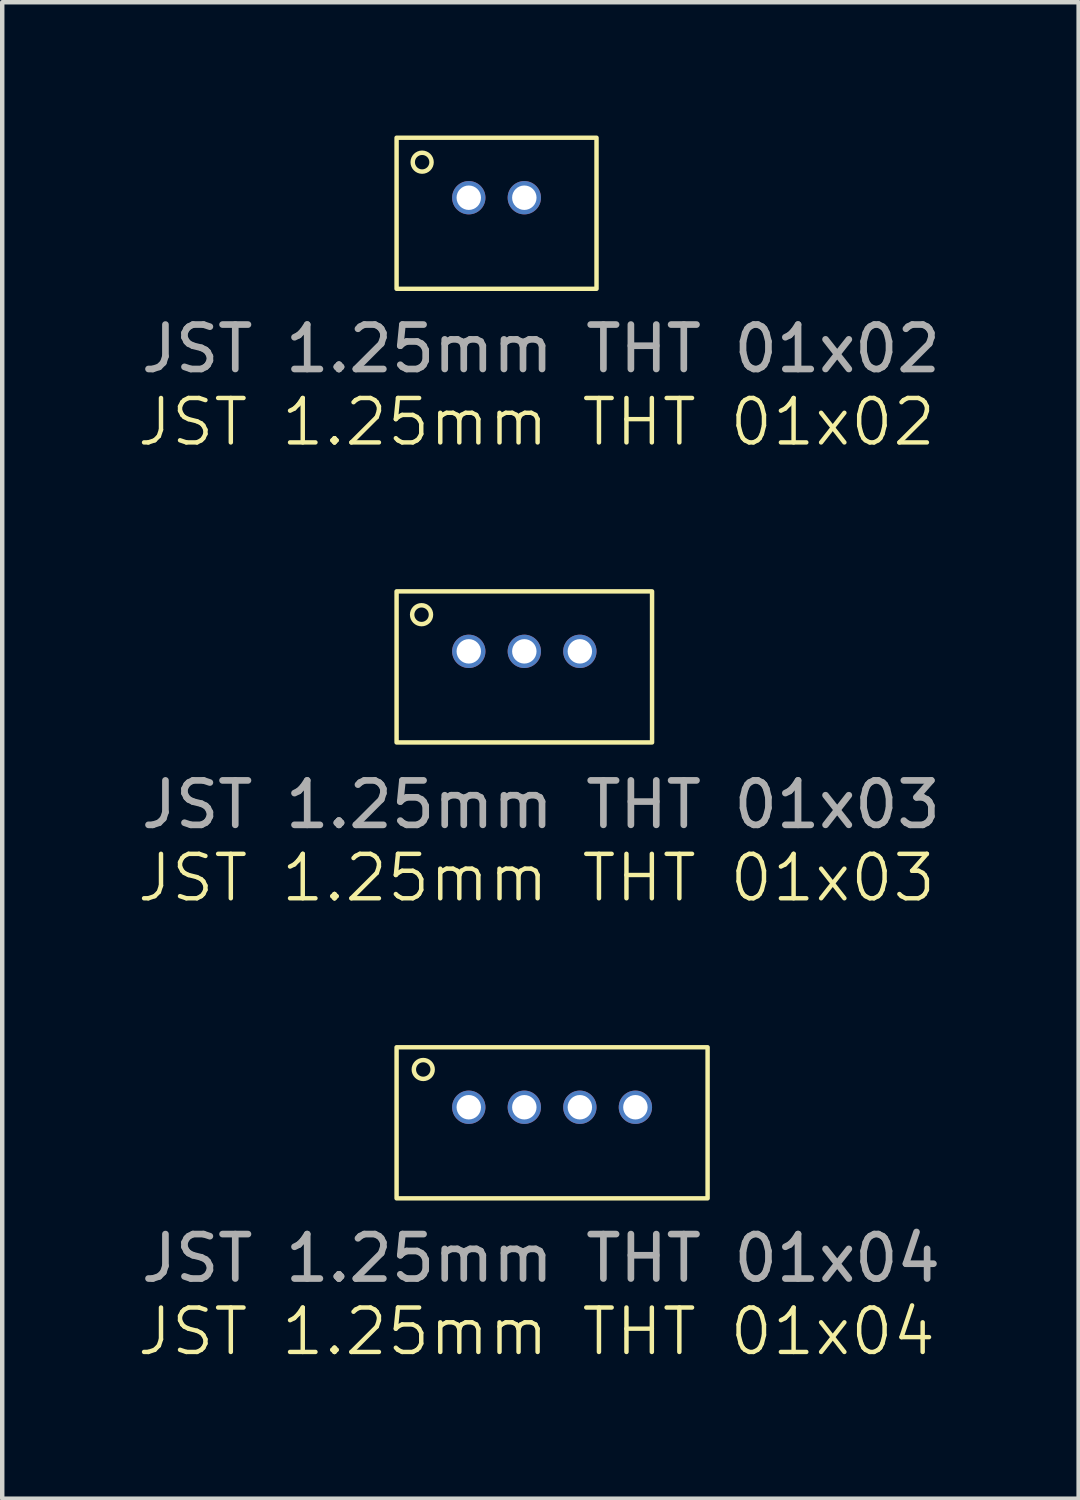
<source format=kicad_pcb>
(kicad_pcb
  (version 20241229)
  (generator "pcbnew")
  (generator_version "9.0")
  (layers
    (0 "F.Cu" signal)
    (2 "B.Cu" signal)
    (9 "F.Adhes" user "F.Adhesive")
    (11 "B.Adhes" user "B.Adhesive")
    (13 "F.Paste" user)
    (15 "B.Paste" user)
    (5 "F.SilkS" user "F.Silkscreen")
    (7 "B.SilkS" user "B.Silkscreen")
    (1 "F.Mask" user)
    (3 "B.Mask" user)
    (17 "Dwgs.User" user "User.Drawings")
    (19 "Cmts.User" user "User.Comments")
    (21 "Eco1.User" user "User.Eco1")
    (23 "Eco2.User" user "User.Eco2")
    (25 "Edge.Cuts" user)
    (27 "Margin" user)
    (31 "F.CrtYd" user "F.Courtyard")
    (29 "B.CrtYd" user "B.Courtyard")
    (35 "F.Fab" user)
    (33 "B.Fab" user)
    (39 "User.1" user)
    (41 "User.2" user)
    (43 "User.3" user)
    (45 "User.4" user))
  (footprint "JST 1.25mm THT 01x03"
    (layer "F.Cu")
    (at 5.876 13.71)
    (property "Reference" "JST 1.25mm THT 01x03" (at 3.15 3 0) (unlocked yes) (layer "F.SilkS") (effects (font (size 1 1) (thickness 0.1))))
    (attr through_hole)
    (fp_rect (start 5.75 -3.45) (end 0 -0.05) (stroke (width 0.1) (type default)) (fill no) (layer "F.SilkS"))
    (fp_circle (center 0.562 -2.925) (end 0.412 -3.075) (stroke (width 0.1) (type default)) (fill no) (layer "F.SilkS"))
    (fp_text user "${REFERENCE}" (at 3.25 1.35 0) (unlocked yes) (layer "F.Fab") (effects (font (size 1 1) (thickness 0.15))))
    (pad "1" thru_hole circle (at 1.625 -2.1 180) (size 0.75 0.75) (drill 0.55) (layers "*.Cu" "*.Mask"))
    (pad "2" thru_hole circle (at 2.875 -2.1 180) (size 0.75 0.75) (drill 0.55) (layers "*.Cu" "*.Mask"))
    (pad "3" thru_hole circle (at 4.125 -2.1 180) (size 0.75 0.75) (drill 0.55) (layers "*.Cu" "*.Mask")))
  (footprint "JST 1.25mm THT 01x02"
    (layer "F.Cu")
    (at 5.876 3.45)
    (property "Reference" "JST 1.25mm THT 01x02" (at 3.15 3 0) (unlocked yes) (layer "F.SilkS") (effects (font (size 1 1) (thickness 0.1))))
    (attr through_hole)
    (fp_rect (start 4.5 -3.4) (end 0 0) (stroke (width 0.1) (type default)) (fill no) (layer "F.SilkS"))
    (fp_circle (center 0.575 -2.85) (end 0.425 -3) (stroke (width 0.1) (type default)) (fill no) (layer "F.SilkS"))
    (fp_text user "${REFERENCE}" (at 3.25 1.35 0) (unlocked yes) (layer "F.Fab") (effects (font (size 1 1) (thickness 0.15))))
    (pad "1" thru_hole circle (at 1.625 -2.05 180) (size 0.75 0.75) (drill 0.55) (layers "*.Cu" "*.Mask"))
    (pad "2" thru_hole circle (at 2.875 -2.05 180) (size 0.75 0.75) (drill 0.55) (layers "*.Cu" "*.Mask")))
  (footprint "JST 1.25mm THT 01x04"
    (layer "F.Cu")
    (at 5.876 23.921)
    (property "Reference" "JST 1.25mm THT 01x04" (at 3.15 3 0) (unlocked yes) (layer "F.SilkS") (effects (font (size 1 1) (thickness 0.1))))
    (attr through_hole)
    (fp_rect (start 7 -3.4) (end 0 0) (stroke (width 0.1) (type default)) (fill no) (layer "F.SilkS"))
    (fp_circle (center 0.6 -2.9) (end 0.45 -3.05) (stroke (width 0.1) (type default)) (fill no) (layer "F.SilkS"))
    (fp_text user "${REFERENCE}" (at 3.25 1.35 0) (unlocked yes) (layer "F.Fab") (effects (font (size 1 1) (thickness 0.15))))
    (pad "1" thru_hole circle (at 1.625 -2.05 180) (size 0.75 0.75) (drill 0.55) (layers "*.Cu" "*.Mask"))
    (pad "2" thru_hole circle (at 2.875 -2.05 180) (size 0.75 0.75) (drill 0.55) (layers "*.Cu" "*.Mask"))
    (pad "3" thru_hole circle (at 4.125 -2.05 180) (size 0.75 0.75) (drill 0.55) (layers "*.Cu" "*.Mask"))
    (pad "4" thru_hole circle (at 5.375 -2.05 180) (size 0.75 0.75) (drill 0.55) (layers "*.Cu" "*.Mask")))
  (gr_rect
    (start -3 -3)
    (end 21.227 30.681)
    (stroke (width 0.1) (type default))
    (fill no)
    (layer "Edge.Cuts")))
</source>
